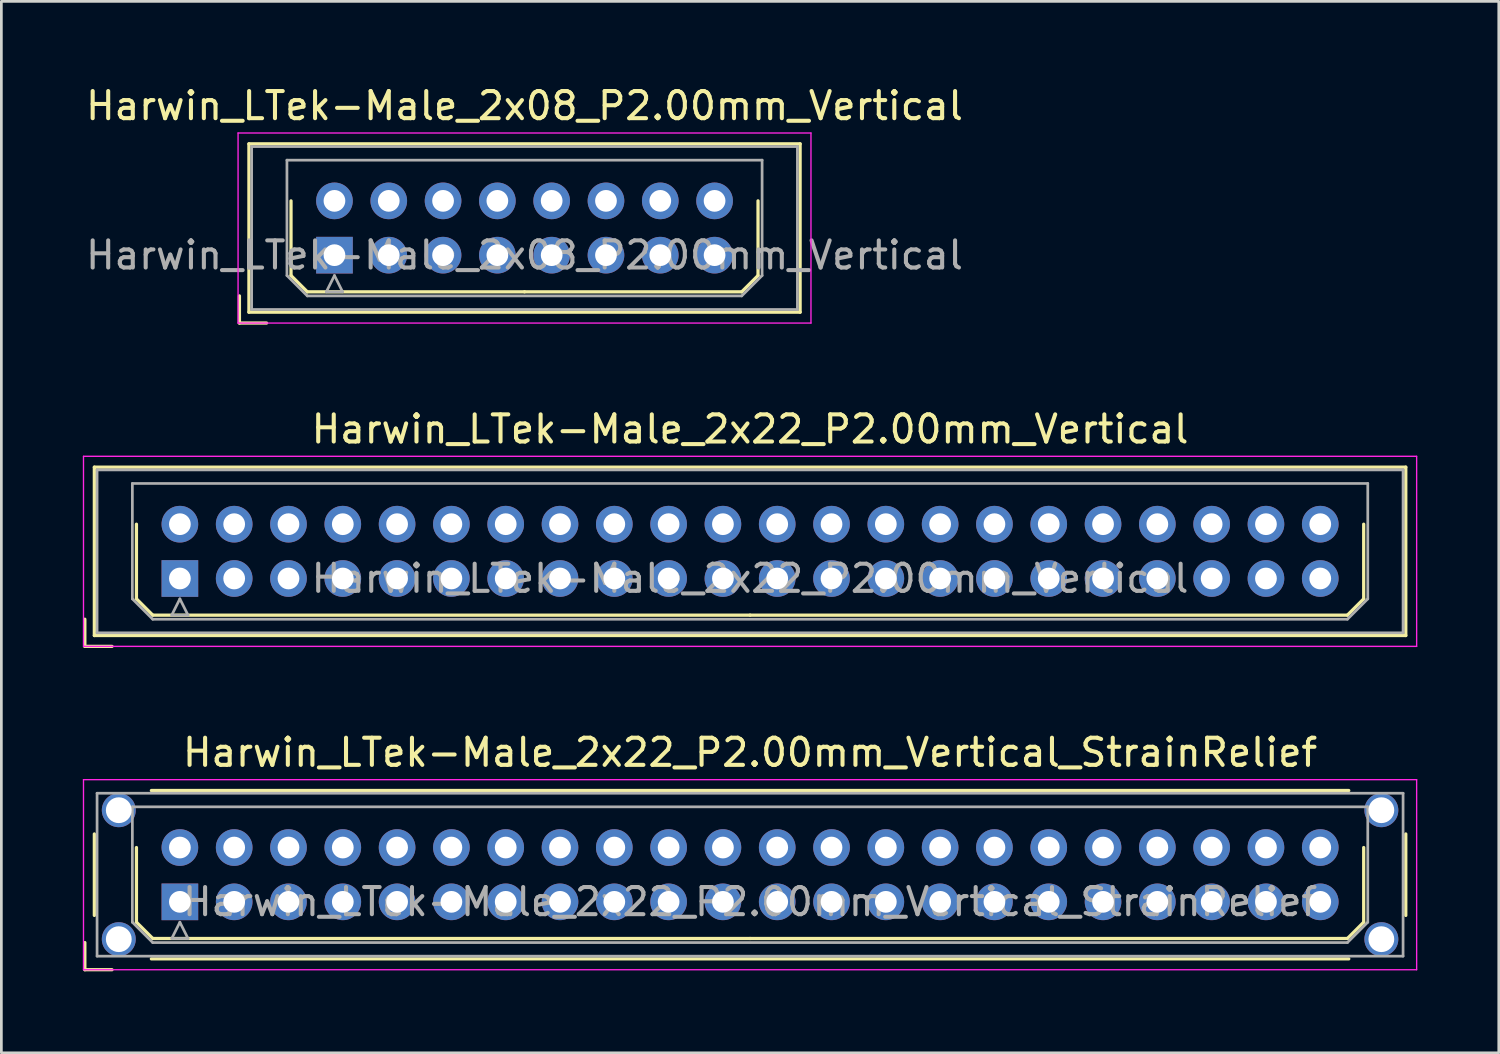
<source format=kicad_pcb>
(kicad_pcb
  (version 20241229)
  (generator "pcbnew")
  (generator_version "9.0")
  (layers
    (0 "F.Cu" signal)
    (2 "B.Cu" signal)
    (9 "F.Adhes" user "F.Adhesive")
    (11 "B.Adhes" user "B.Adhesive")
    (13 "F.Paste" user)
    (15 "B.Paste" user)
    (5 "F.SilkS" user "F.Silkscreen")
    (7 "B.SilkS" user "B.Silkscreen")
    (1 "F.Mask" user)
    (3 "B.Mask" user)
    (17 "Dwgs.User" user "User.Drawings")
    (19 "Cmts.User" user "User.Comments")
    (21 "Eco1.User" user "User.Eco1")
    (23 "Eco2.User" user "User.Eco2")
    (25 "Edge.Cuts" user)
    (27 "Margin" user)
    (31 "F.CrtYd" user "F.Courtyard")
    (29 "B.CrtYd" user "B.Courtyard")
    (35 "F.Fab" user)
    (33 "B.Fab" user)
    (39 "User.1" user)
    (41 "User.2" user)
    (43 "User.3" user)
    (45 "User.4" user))
  (footprint "Harwin_LTek-Male_2x22_P2.00mm_Vertical_StrainRelief"
    (layer "F.Cu")
    (at 3.575 30.165)
    (property "Reference" "Harwin_LTek-Male_2x22_P2.00mm_Vertical_StrainRelief" (at 21 -5.5 0) (layer "F.SilkS") (effects (font (size 1 1) (thickness 0.15))))
    (attr through_hole)
    (fp_line (start -3.5 1.5) (end -3.5 2.5) (stroke (width 0.12) (type solid)) (layer "F.SilkS"))
    (fp_line (start -3.5 2.5) (end -2.5 2.5) (stroke (width 0.12) (type solid)) (layer "F.SilkS"))
    (fp_line (start -3.15 -2.5) (end -3.15 0.5) (stroke (width 0.12) (type solid)) (layer "F.SilkS"))
    (fp_line (start -1.6 -2) (end -1.6 0.75) (stroke (width 0.12) (type solid)) (layer "F.SilkS"))
    (fp_line (start -1.6 0.75) (end -1 1.35) (stroke (width 0.12) (type solid)) (layer "F.SilkS"))
    (fp_line (start -1.05 -4.1) (end 43.05 -4.1) (stroke (width 0.12) (type solid)) (layer "F.SilkS"))
    (fp_line (start -1.05 2.1) (end 43.05 2.1) (stroke (width 0.12) (type solid)) (layer "F.SilkS"))
    (fp_line (start -1 1.35) (end 21 1.35) (stroke (width 0.12) (type solid)) (layer "F.SilkS"))
    (fp_line (start 43 1.35) (end 21 1.35) (stroke (width 0.12) (type solid)) (layer "F.SilkS"))
    (fp_line (start 43.6 -2) (end 43.6 0.75) (stroke (width 0.12) (type solid)) (layer "F.SilkS"))
    (fp_line (start 43.6 0.75) (end 43 1.35) (stroke (width 0.12) (type solid)) (layer "F.SilkS"))
    (fp_line (start 45.15 -2.5) (end 45.15 0.5) (stroke (width 0.12) (type solid)) (layer "F.SilkS"))
    (fp_line (start -3.55 -4.5) (end -3.55 2.5) (stroke (width 0.05) (type solid)) (layer "F.CrtYd"))
    (fp_line (start -3.55 2.5) (end 45.55 2.5) (stroke (width 0.05) (type solid)) (layer "F.CrtYd"))
    (fp_line (start 45.55 -4.5) (end -3.55 -4.5) (stroke (width 0.05) (type solid)) (layer "F.CrtYd"))
    (fp_line (start 45.55 2.5) (end 45.55 -4.5) (stroke (width 0.05) (type solid)) (layer "F.CrtYd"))
    (fp_line (start -3.05 -4) (end -3.05 2) (stroke (width 0.1) (type solid)) (layer "F.Fab"))
    (fp_line (start -3.05 2) (end 45.05 2) (stroke (width 0.1) (type solid)) (layer "F.Fab"))
    (fp_line (start -1.75 -3.5) (end 43.75 -3.5) (stroke (width 0.1) (type solid)) (layer "F.Fab"))
    (fp_line (start -1.75 0.75) (end -1.75 -3.5) (stroke (width 0.1) (type solid)) (layer "F.Fab"))
    (fp_line (start -1 1.5) (end -1.75 0.75) (stroke (width 0.1) (type solid)) (layer "F.Fab"))
    (fp_line (start -0.3 1.35) (end 0.3 1.35) (stroke (width 0.1) (type solid)) (layer "F.Fab"))
    (fp_line (start 0 0.75) (end -0.3 1.35) (stroke (width 0.1) (type solid)) (layer "F.Fab"))
    (fp_line (start 0.3 1.35) (end 0 0.75) (stroke (width 0.1) (type solid)) (layer "F.Fab"))
    (fp_line (start 43 1.5) (end -1 1.5) (stroke (width 0.1) (type solid)) (layer "F.Fab"))
    (fp_line (start 43.75 -3.5) (end 43.75 0.75) (stroke (width 0.1) (type solid)) (layer "F.Fab"))
    (fp_line (start 43.75 0.75) (end 43 1.5) (stroke (width 0.1) (type solid)) (layer "F.Fab"))
    (fp_line (start 45.05 -4) (end -3.05 -4) (stroke (width 0.1) (type solid)) (layer "F.Fab"))
    (fp_line (start 45.05 2) (end 45.05 -4) (stroke (width 0.1) (type solid)) (layer "F.Fab"))
    (fp_text user "${REFERENCE}" (at 21 0 0) (layer "F.Fab") (effects (font (size 1 1) (thickness 0.15))))
    (pad "" thru_hole circle (at -2.25 -3.375) (size 1.25 1.25) (drill 0.95) (layers "*.Cu" "*.Mask"))
    (pad "" thru_hole circle (at -2.25 1.375) (size 1.25 1.25) (drill 0.95) (layers "*.Cu" "*.Mask"))
    (pad "" thru_hole circle (at 44.25 -3.375) (size 1.25 1.25) (drill 0.95) (layers "*.Cu" "*.Mask"))
    (pad "" thru_hole circle (at 44.25 1.375) (size 1.25 1.25) (drill 0.95) (layers "*.Cu" "*.Mask"))
    (pad "1" thru_hole rect (at 0 0) (size 1.35 1.35) (drill 0.8) (layers "*.Cu" "*.Mask"))
    (pad "2" thru_hole circle (at 2 0) (size 1.35 1.35) (drill 0.8) (layers "*.Cu" "*.Mask"))
    (pad "3" thru_hole circle (at 4 0) (size 1.35 1.35) (drill 0.8) (layers "*.Cu" "*.Mask"))
    (pad "4" thru_hole circle (at 6 0) (size 1.35 1.35) (drill 0.8) (layers "*.Cu" "*.Mask"))
    (pad "5" thru_hole circle (at 8 0) (size 1.35 1.35) (drill 0.8) (layers "*.Cu" "*.Mask"))
    (pad "6" thru_hole circle (at 10 0) (size 1.35 1.35) (drill 0.8) (layers "*.Cu" "*.Mask"))
    (pad "7" thru_hole circle (at 12 0) (size 1.35 1.35) (drill 0.8) (layers "*.Cu" "*.Mask"))
    (pad "8" thru_hole circle (at 14 0) (size 1.35 1.35) (drill 0.8) (layers "*.Cu" "*.Mask"))
    (pad "9" thru_hole circle (at 16 0) (size 1.35 1.35) (drill 0.8) (layers "*.Cu" "*.Mask"))
    (pad "10" thru_hole circle (at 18 0) (size 1.35 1.35) (drill 0.8) (layers "*.Cu" "*.Mask"))
    (pad "11" thru_hole circle (at 20 0) (size 1.35 1.35) (drill 0.8) (layers "*.Cu" "*.Mask"))
    (pad "12" thru_hole circle (at 22 0) (size 1.35 1.35) (drill 0.8) (layers "*.Cu" "*.Mask"))
    (pad "13" thru_hole circle (at 24 0) (size 1.35 1.35) (drill 0.8) (layers "*.Cu" "*.Mask"))
    (pad "14" thru_hole circle (at 26 0) (size 1.35 1.35) (drill 0.8) (layers "*.Cu" "*.Mask"))
    (pad "15" thru_hole circle (at 28 0) (size 1.35 1.35) (drill 0.8) (layers "*.Cu" "*.Mask"))
    (pad "16" thru_hole circle (at 30 0) (size 1.35 1.35) (drill 0.8) (layers "*.Cu" "*.Mask"))
    (pad "17" thru_hole circle (at 32 0) (size 1.35 1.35) (drill 0.8) (layers "*.Cu" "*.Mask"))
    (pad "18" thru_hole circle (at 34 0) (size 1.35 1.35) (drill 0.8) (layers "*.Cu" "*.Mask"))
    (pad "19" thru_hole circle (at 36 0) (size 1.35 1.35) (drill 0.8) (layers "*.Cu" "*.Mask"))
    (pad "20" thru_hole circle (at 38 0) (size 1.35 1.35) (drill 0.8) (layers "*.Cu" "*.Mask"))
    (pad "21" thru_hole circle (at 40 0) (size 1.35 1.35) (drill 0.8) (layers "*.Cu" "*.Mask"))
    (pad "22" thru_hole circle (at 42 0) (size 1.35 1.35) (drill 0.8) (layers "*.Cu" "*.Mask"))
    (pad "23" thru_hole circle (at 0 -2) (size 1.35 1.35) (drill 0.8) (layers "*.Cu" "*.Mask"))
    (pad "24" thru_hole circle (at 2 -2) (size 1.35 1.35) (drill 0.8) (layers "*.Cu" "*.Mask"))
    (pad "25" thru_hole circle (at 4 -2) (size 1.35 1.35) (drill 0.8) (layers "*.Cu" "*.Mask"))
    (pad "26" thru_hole circle (at 6 -2) (size 1.35 1.35) (drill 0.8) (layers "*.Cu" "*.Mask"))
    (pad "27" thru_hole circle (at 8 -2) (size 1.35 1.35) (drill 0.8) (layers "*.Cu" "*.Mask"))
    (pad "28" thru_hole circle (at 10 -2) (size 1.35 1.35) (drill 0.8) (layers "*.Cu" "*.Mask"))
    (pad "29" thru_hole circle (at 12 -2) (size 1.35 1.35) (drill 0.8) (layers "*.Cu" "*.Mask"))
    (pad "30" thru_hole circle (at 14 -2) (size 1.35 1.35) (drill 0.8) (layers "*.Cu" "*.Mask"))
    (pad "31" thru_hole circle (at 16 -2) (size 1.35 1.35) (drill 0.8) (layers "*.Cu" "*.Mask"))
    (pad "32" thru_hole circle (at 18 -2) (size 1.35 1.35) (drill 0.8) (layers "*.Cu" "*.Mask"))
    (pad "33" thru_hole circle (at 20 -2) (size 1.35 1.35) (drill 0.8) (layers "*.Cu" "*.Mask"))
    (pad "34" thru_hole circle (at 22 -2) (size 1.35 1.35) (drill 0.8) (layers "*.Cu" "*.Mask"))
    (pad "35" thru_hole circle (at 24 -2) (size 1.35 1.35) (drill 0.8) (layers "*.Cu" "*.Mask"))
    (pad "36" thru_hole circle (at 26 -2) (size 1.35 1.35) (drill 0.8) (layers "*.Cu" "*.Mask"))
    (pad "37" thru_hole circle (at 28 -2) (size 1.35 1.35) (drill 0.8) (layers "*.Cu" "*.Mask"))
    (pad "38" thru_hole circle (at 30 -2) (size 1.35 1.35) (drill 0.8) (layers "*.Cu" "*.Mask"))
    (pad "39" thru_hole circle (at 32 -2) (size 1.35 1.35) (drill 0.8) (layers "*.Cu" "*.Mask"))
    (pad "40" thru_hole circle (at 34 -2) (size 1.35 1.35) (drill 0.8) (layers "*.Cu" "*.Mask"))
    (pad "41" thru_hole circle (at 36 -2) (size 1.35 1.35) (drill 0.8) (layers "*.Cu" "*.Mask"))
    (pad "42" thru_hole circle (at 38 -2) (size 1.35 1.35) (drill 0.8) (layers "*.Cu" "*.Mask"))
    (pad "43" thru_hole circle (at 40 -2) (size 1.35 1.35) (drill 0.8) (layers "*.Cu" "*.Mask"))
    (pad "44" thru_hole circle (at 42 -2) (size 1.35 1.35) (drill 0.8) (layers "*.Cu" "*.Mask")))
  (footprint "Harwin_LTek-Male_2x22_P2.00mm_Vertical"
    (layer "F.Cu")
    (at 3.575 18.256)
    (property "Reference" "Harwin_LTek-Male_2x22_P2.00mm_Vertical" (at 21 -5.5 0) (layer "F.SilkS") (effects (font (size 1 1) (thickness 0.15))))
    (attr through_hole)
    (fp_line (start -3.5 1.5) (end -3.5 2.5) (stroke (width 0.12) (type solid)) (layer "F.SilkS"))
    (fp_line (start -3.5 2.5) (end -2.5 2.5) (stroke (width 0.12) (type solid)) (layer "F.SilkS"))
    (fp_line (start -3.15 -4.1) (end -3.15 2.1) (stroke (width 0.12) (type solid)) (layer "F.SilkS"))
    (fp_line (start -3.15 2.1) (end 45.15 2.1) (stroke (width 0.12) (type solid)) (layer "F.SilkS"))
    (fp_line (start -1.6 -2) (end -1.6 0.75) (stroke (width 0.12) (type solid)) (layer "F.SilkS"))
    (fp_line (start -1.6 0.75) (end -1 1.35) (stroke (width 0.12) (type solid)) (layer "F.SilkS"))
    (fp_line (start -1 1.35) (end 21 1.35) (stroke (width 0.12) (type solid)) (layer "F.SilkS"))
    (fp_line (start 43 1.35) (end 21 1.35) (stroke (width 0.12) (type solid)) (layer "F.SilkS"))
    (fp_line (start 43.6 -2) (end 43.6 0.75) (stroke (width 0.12) (type solid)) (layer "F.SilkS"))
    (fp_line (start 43.6 0.75) (end 43 1.35) (stroke (width 0.12) (type solid)) (layer "F.SilkS"))
    (fp_line (start 45.15 -4.1) (end -3.15 -4.1) (stroke (width 0.12) (type solid)) (layer "F.SilkS"))
    (fp_line (start 45.15 2.1) (end 45.15 -4.1) (stroke (width 0.12) (type solid)) (layer "F.SilkS"))
    (fp_line (start -3.55 -4.5) (end -3.55 2.5) (stroke (width 0.05) (type solid)) (layer "F.CrtYd"))
    (fp_line (start -3.55 2.5) (end 45.55 2.5) (stroke (width 0.05) (type solid)) (layer "F.CrtYd"))
    (fp_line (start 45.55 -4.5) (end -3.55 -4.5) (stroke (width 0.05) (type solid)) (layer "F.CrtYd"))
    (fp_line (start 45.55 2.5) (end 45.55 -4.5) (stroke (width 0.05) (type solid)) (layer "F.CrtYd"))
    (fp_line (start -3.05 -4) (end -3.05 2) (stroke (width 0.1) (type solid)) (layer "F.Fab"))
    (fp_line (start -3.05 2) (end 45.05 2) (stroke (width 0.1) (type solid)) (layer "F.Fab"))
    (fp_line (start -1.75 -3.5) (end 43.75 -3.5) (stroke (width 0.1) (type solid)) (layer "F.Fab"))
    (fp_line (start -1.75 0.75) (end -1.75 -3.5) (stroke (width 0.1) (type solid)) (layer "F.Fab"))
    (fp_line (start -1 1.5) (end -1.75 0.75) (stroke (width 0.1) (type solid)) (layer "F.Fab"))
    (fp_line (start -0.3 1.35) (end 0.3 1.35) (stroke (width 0.1) (type solid)) (layer "F.Fab"))
    (fp_line (start 0 0.75) (end -0.3 1.35) (stroke (width 0.1) (type solid)) (layer "F.Fab"))
    (fp_line (start 0.3 1.35) (end 0 0.75) (stroke (width 0.1) (type solid)) (layer "F.Fab"))
    (fp_line (start 43 1.5) (end -1 1.5) (stroke (width 0.1) (type solid)) (layer "F.Fab"))
    (fp_line (start 43.75 -3.5) (end 43.75 0.75) (stroke (width 0.1) (type solid)) (layer "F.Fab"))
    (fp_line (start 43.75 0.75) (end 43 1.5) (stroke (width 0.1) (type solid)) (layer "F.Fab"))
    (fp_line (start 45.05 -4) (end -3.05 -4) (stroke (width 0.1) (type solid)) (layer "F.Fab"))
    (fp_line (start 45.05 2) (end 45.05 -4) (stroke (width 0.1) (type solid)) (layer "F.Fab"))
    (fp_text user "${REFERENCE}" (at 21 0 0) (layer "F.Fab") (effects (font (size 1 1) (thickness 0.15))))
    (pad "1" thru_hole rect (at 0 0) (size 1.35 1.35) (drill 0.8) (layers "*.Cu" "*.Mask"))
    (pad "2" thru_hole circle (at 2 0) (size 1.35 1.35) (drill 0.8) (layers "*.Cu" "*.Mask"))
    (pad "3" thru_hole circle (at 4 0) (size 1.35 1.35) (drill 0.8) (layers "*.Cu" "*.Mask"))
    (pad "4" thru_hole circle (at 6 0) (size 1.35 1.35) (drill 0.8) (layers "*.Cu" "*.Mask"))
    (pad "5" thru_hole circle (at 8 0) (size 1.35 1.35) (drill 0.8) (layers "*.Cu" "*.Mask"))
    (pad "6" thru_hole circle (at 10 0) (size 1.35 1.35) (drill 0.8) (layers "*.Cu" "*.Mask"))
    (pad "7" thru_hole circle (at 12 0) (size 1.35 1.35) (drill 0.8) (layers "*.Cu" "*.Mask"))
    (pad "8" thru_hole circle (at 14 0) (size 1.35 1.35) (drill 0.8) (layers "*.Cu" "*.Mask"))
    (pad "9" thru_hole circle (at 16 0) (size 1.35 1.35) (drill 0.8) (layers "*.Cu" "*.Mask"))
    (pad "10" thru_hole circle (at 18 0) (size 1.35 1.35) (drill 0.8) (layers "*.Cu" "*.Mask"))
    (pad "11" thru_hole circle (at 20 0) (size 1.35 1.35) (drill 0.8) (layers "*.Cu" "*.Mask"))
    (pad "12" thru_hole circle (at 22 0) (size 1.35 1.35) (drill 0.8) (layers "*.Cu" "*.Mask"))
    (pad "13" thru_hole circle (at 24 0) (size 1.35 1.35) (drill 0.8) (layers "*.Cu" "*.Mask"))
    (pad "14" thru_hole circle (at 26 0) (size 1.35 1.35) (drill 0.8) (layers "*.Cu" "*.Mask"))
    (pad "15" thru_hole circle (at 28 0) (size 1.35 1.35) (drill 0.8) (layers "*.Cu" "*.Mask"))
    (pad "16" thru_hole circle (at 30 0) (size 1.35 1.35) (drill 0.8) (layers "*.Cu" "*.Mask"))
    (pad "17" thru_hole circle (at 32 0) (size 1.35 1.35) (drill 0.8) (layers "*.Cu" "*.Mask"))
    (pad "18" thru_hole circle (at 34 0) (size 1.35 1.35) (drill 0.8) (layers "*.Cu" "*.Mask"))
    (pad "19" thru_hole circle (at 36 0) (size 1.35 1.35) (drill 0.8) (layers "*.Cu" "*.Mask"))
    (pad "20" thru_hole circle (at 38 0) (size 1.35 1.35) (drill 0.8) (layers "*.Cu" "*.Mask"))
    (pad "21" thru_hole circle (at 40 0) (size 1.35 1.35) (drill 0.8) (layers "*.Cu" "*.Mask"))
    (pad "22" thru_hole circle (at 42 0) (size 1.35 1.35) (drill 0.8) (layers "*.Cu" "*.Mask"))
    (pad "23" thru_hole circle (at 0 -2) (size 1.35 1.35) (drill 0.8) (layers "*.Cu" "*.Mask"))
    (pad "24" thru_hole circle (at 2 -2) (size 1.35 1.35) (drill 0.8) (layers "*.Cu" "*.Mask"))
    (pad "25" thru_hole circle (at 4 -2) (size 1.35 1.35) (drill 0.8) (layers "*.Cu" "*.Mask"))
    (pad "26" thru_hole circle (at 6 -2) (size 1.35 1.35) (drill 0.8) (layers "*.Cu" "*.Mask"))
    (pad "27" thru_hole circle (at 8 -2) (size 1.35 1.35) (drill 0.8) (layers "*.Cu" "*.Mask"))
    (pad "28" thru_hole circle (at 10 -2) (size 1.35 1.35) (drill 0.8) (layers "*.Cu" "*.Mask"))
    (pad "29" thru_hole circle (at 12 -2) (size 1.35 1.35) (drill 0.8) (layers "*.Cu" "*.Mask"))
    (pad "30" thru_hole circle (at 14 -2) (size 1.35 1.35) (drill 0.8) (layers "*.Cu" "*.Mask"))
    (pad "31" thru_hole circle (at 16 -2) (size 1.35 1.35) (drill 0.8) (layers "*.Cu" "*.Mask"))
    (pad "32" thru_hole circle (at 18 -2) (size 1.35 1.35) (drill 0.8) (layers "*.Cu" "*.Mask"))
    (pad "33" thru_hole circle (at 20 -2) (size 1.35 1.35) (drill 0.8) (layers "*.Cu" "*.Mask"))
    (pad "34" thru_hole circle (at 22 -2) (size 1.35 1.35) (drill 0.8) (layers "*.Cu" "*.Mask"))
    (pad "35" thru_hole circle (at 24 -2) (size 1.35 1.35) (drill 0.8) (layers "*.Cu" "*.Mask"))
    (pad "36" thru_hole circle (at 26 -2) (size 1.35 1.35) (drill 0.8) (layers "*.Cu" "*.Mask"))
    (pad "37" thru_hole circle (at 28 -2) (size 1.35 1.35) (drill 0.8) (layers "*.Cu" "*.Mask"))
    (pad "38" thru_hole circle (at 30 -2) (size 1.35 1.35) (drill 0.8) (layers "*.Cu" "*.Mask"))
    (pad "39" thru_hole circle (at 32 -2) (size 1.35 1.35) (drill 0.8) (layers "*.Cu" "*.Mask"))
    (pad "40" thru_hole circle (at 34 -2) (size 1.35 1.35) (drill 0.8) (layers "*.Cu" "*.Mask"))
    (pad "41" thru_hole circle (at 36 -2) (size 1.35 1.35) (drill 0.8) (layers "*.Cu" "*.Mask"))
    (pad "42" thru_hole circle (at 38 -2) (size 1.35 1.35) (drill 0.8) (layers "*.Cu" "*.Mask"))
    (pad "43" thru_hole circle (at 40 -2) (size 1.35 1.35) (drill 0.8) (layers "*.Cu" "*.Mask"))
    (pad "44" thru_hole circle (at 42 -2) (size 1.35 1.35) (drill 0.8) (layers "*.Cu" "*.Mask")))
  (footprint "Harwin_LTek-Male_2x08_P2.00mm_Vertical"
    (layer "F.Cu")
    (at 9.268 6.348)
    (property "Reference" "Harwin_LTek-Male_2x08_P2.00mm_Vertical" (at 7 -5.5 0) (layer "F.SilkS") (effects (font (size 1 1) (thickness 0.15))))
    (attr through_hole)
    (fp_line (start -3.5 1.5) (end -3.5 2.5) (stroke (width 0.12) (type solid)) (layer "F.SilkS"))
    (fp_line (start -3.5 2.5) (end -2.5 2.5) (stroke (width 0.12) (type solid)) (layer "F.SilkS"))
    (fp_line (start -3.15 -4.1) (end -3.15 2.1) (stroke (width 0.12) (type solid)) (layer "F.SilkS"))
    (fp_line (start -3.15 2.1) (end 17.15 2.1) (stroke (width 0.12) (type solid)) (layer "F.SilkS"))
    (fp_line (start -1.6 -2) (end -1.6 0.75) (stroke (width 0.12) (type solid)) (layer "F.SilkS"))
    (fp_line (start -1.6 0.75) (end -1 1.35) (stroke (width 0.12) (type solid)) (layer "F.SilkS"))
    (fp_line (start -1 1.35) (end 7 1.35) (stroke (width 0.12) (type solid)) (layer "F.SilkS"))
    (fp_line (start 15 1.35) (end 7 1.35) (stroke (width 0.12) (type solid)) (layer "F.SilkS"))
    (fp_line (start 15.6 -2) (end 15.6 0.75) (stroke (width 0.12) (type solid)) (layer "F.SilkS"))
    (fp_line (start 15.6 0.75) (end 15 1.35) (stroke (width 0.12) (type solid)) (layer "F.SilkS"))
    (fp_line (start 17.15 -4.1) (end -3.15 -4.1) (stroke (width 0.12) (type solid)) (layer "F.SilkS"))
    (fp_line (start 17.15 2.1) (end 17.15 -4.1) (stroke (width 0.12) (type solid)) (layer "F.SilkS"))
    (fp_line (start -3.55 -4.5) (end -3.55 2.5) (stroke (width 0.05) (type solid)) (layer "F.CrtYd"))
    (fp_line (start -3.55 2.5) (end 17.55 2.5) (stroke (width 0.05) (type solid)) (layer "F.CrtYd"))
    (fp_line (start 17.55 -4.5) (end -3.55 -4.5) (stroke (width 0.05) (type solid)) (layer "F.CrtYd"))
    (fp_line (start 17.55 2.5) (end 17.55 -4.5) (stroke (width 0.05) (type solid)) (layer "F.CrtYd"))
    (fp_line (start -3.05 -4) (end -3.05 2) (stroke (width 0.1) (type solid)) (layer "F.Fab"))
    (fp_line (start -3.05 2) (end 17.05 2) (stroke (width 0.1) (type solid)) (layer "F.Fab"))
    (fp_line (start -1.75 -3.5) (end 15.75 -3.5) (stroke (width 0.1) (type solid)) (layer "F.Fab"))
    (fp_line (start -1.75 0.75) (end -1.75 -3.5) (stroke (width 0.1) (type solid)) (layer "F.Fab"))
    (fp_line (start -1 1.5) (end -1.75 0.75) (stroke (width 0.1) (type solid)) (layer "F.Fab"))
    (fp_line (start -0.3 1.35) (end 0.3 1.35) (stroke (width 0.1) (type solid)) (layer "F.Fab"))
    (fp_line (start 0 0.75) (end -0.3 1.35) (stroke (width 0.1) (type solid)) (layer "F.Fab"))
    (fp_line (start 0.3 1.35) (end 0 0.75) (stroke (width 0.1) (type solid)) (layer "F.Fab"))
    (fp_line (start 15 1.5) (end -1 1.5) (stroke (width 0.1) (type solid)) (layer "F.Fab"))
    (fp_line (start 15.75 -3.5) (end 15.75 0.75) (stroke (width 0.1) (type solid)) (layer "F.Fab"))
    (fp_line (start 15.75 0.75) (end 15 1.5) (stroke (width 0.1) (type solid)) (layer "F.Fab"))
    (fp_line (start 17.05 -4) (end -3.05 -4) (stroke (width 0.1) (type solid)) (layer "F.Fab"))
    (fp_line (start 17.05 2) (end 17.05 -4) (stroke (width 0.1) (type solid)) (layer "F.Fab"))
    (fp_text user "${REFERENCE}" (at 7 0 0) (layer "F.Fab") (effects (font (size 1 1) (thickness 0.15))))
    (pad "1" thru_hole rect (at 0 0) (size 1.35 1.35) (drill 0.8) (layers "*.Cu" "*.Mask"))
    (pad "2" thru_hole circle (at 2 0) (size 1.35 1.35) (drill 0.8) (layers "*.Cu" "*.Mask"))
    (pad "3" thru_hole circle (at 4 0) (size 1.35 1.35) (drill 0.8) (layers "*.Cu" "*.Mask"))
    (pad "4" thru_hole circle (at 6 0) (size 1.35 1.35) (drill 0.8) (layers "*.Cu" "*.Mask"))
    (pad "5" thru_hole circle (at 8 0) (size 1.35 1.35) (drill 0.8) (layers "*.Cu" "*.Mask"))
    (pad "6" thru_hole circle (at 10 0) (size 1.35 1.35) (drill 0.8) (layers "*.Cu" "*.Mask"))
    (pad "7" thru_hole circle (at 12 0) (size 1.35 1.35) (drill 0.8) (layers "*.Cu" "*.Mask"))
    (pad "8" thru_hole circle (at 14 0) (size 1.35 1.35) (drill 0.8) (layers "*.Cu" "*.Mask"))
    (pad "9" thru_hole circle (at 0 -2) (size 1.35 1.35) (drill 0.8) (layers "*.Cu" "*.Mask"))
    (pad "10" thru_hole circle (at 2 -2) (size 1.35 1.35) (drill 0.8) (layers "*.Cu" "*.Mask"))
    (pad "11" thru_hole circle (at 4 -2) (size 1.35 1.35) (drill 0.8) (layers "*.Cu" "*.Mask"))
    (pad "12" thru_hole circle (at 6 -2) (size 1.35 1.35) (drill 0.8) (layers "*.Cu" "*.Mask"))
    (pad "13" thru_hole circle (at 8 -2) (size 1.35 1.35) (drill 0.8) (layers "*.Cu" "*.Mask"))
    (pad "14" thru_hole circle (at 10 -2) (size 1.35 1.35) (drill 0.8) (layers "*.Cu" "*.Mask"))
    (pad "15" thru_hole circle (at 12 -2) (size 1.35 1.35) (drill 0.8) (layers "*.Cu" "*.Mask"))
    (pad "16" thru_hole circle (at 14 -2) (size 1.35 1.35) (drill 0.8) (layers "*.Cu" "*.Mask")))
  (gr_rect
    (start -3 -3)
    (end 52.15 35.725)
    (stroke (width 0.1) (type default))
    (fill no)
    (layer "Edge.Cuts")))
</source>
